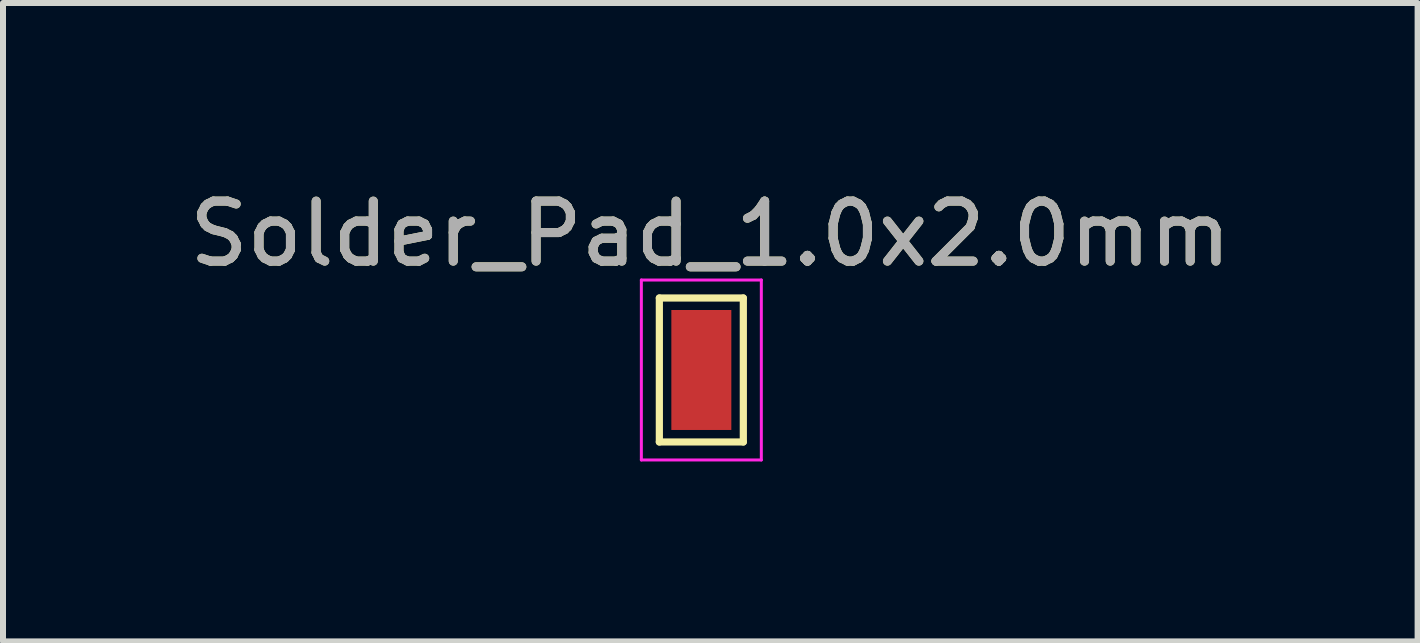
<source format=kicad_pcb>
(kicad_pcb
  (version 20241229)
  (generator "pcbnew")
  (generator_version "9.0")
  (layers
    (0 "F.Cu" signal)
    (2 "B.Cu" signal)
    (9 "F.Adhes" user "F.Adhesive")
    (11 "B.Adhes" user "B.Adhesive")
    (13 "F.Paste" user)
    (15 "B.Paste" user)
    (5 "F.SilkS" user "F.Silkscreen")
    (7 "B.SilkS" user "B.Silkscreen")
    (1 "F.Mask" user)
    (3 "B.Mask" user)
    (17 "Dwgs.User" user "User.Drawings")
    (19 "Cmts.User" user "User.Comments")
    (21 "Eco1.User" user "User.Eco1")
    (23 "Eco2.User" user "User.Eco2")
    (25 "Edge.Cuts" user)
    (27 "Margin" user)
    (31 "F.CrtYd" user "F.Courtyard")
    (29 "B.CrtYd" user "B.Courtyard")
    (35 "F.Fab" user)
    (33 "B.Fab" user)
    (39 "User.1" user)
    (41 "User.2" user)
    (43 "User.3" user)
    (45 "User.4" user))
  (footprint "Solder_Pad_1.0x2.0mm"
    (layer "F.Cu")
    (at 8.642 3.118)
    (property "Reference" "Solder_Pad_1.0x2.0mm" (at 0.15 -2.27 0) (layer "F.SilkS") (effects (font (size 1 1) (thickness 0.15))))
    (attr exclude_from_pos_files exclude_from_bom)
    (fp_line (start -0.7 -1.2) (end 0.7 -1.2) (stroke (width 0.12) (type solid)) (layer "F.SilkS"))
    (fp_line (start -0.7 1.2) (end -0.7 -1.2) (stroke (width 0.12) (type solid)) (layer "F.SilkS"))
    (fp_line (start 0.7 -1.2) (end 0.7 1.2) (stroke (width 0.12) (type solid)) (layer "F.SilkS"))
    (fp_line (start 0.7 1.2) (end -0.7 1.2) (stroke (width 0.12) (type solid)) (layer "F.SilkS"))
    (fp_line (start -1 -1.5) (end -1 1.5) (stroke (width 0.05) (type solid)) (layer "F.CrtYd"))
    (fp_line (start -1 -1.5) (end 1 -1.5) (stroke (width 0.05) (type solid)) (layer "F.CrtYd"))
    (fp_line (start 1 1.5) (end -1 1.5) (stroke (width 0.05) (type solid)) (layer "F.CrtYd"))
    (fp_line (start 1 1.5) (end 1 -1.5) (stroke (width 0.05) (type solid)) (layer "F.CrtYd"))
    (fp_text user "${REFERENCE}" (at 0.15 -2.27 0) (layer "F.Fab") (effects (font (size 1 1) (thickness 0.15))))
    (pad "1" smd rect (at 0 0) (size 1 2) (layers "F.Cu" "F.Mask")))
  (gr_rect
    (start -3 -3)
    (end 20.583 7.643)
    (stroke (width 0.1) (type default))
    (fill no)
    (layer "Edge.Cuts")))
</source>
